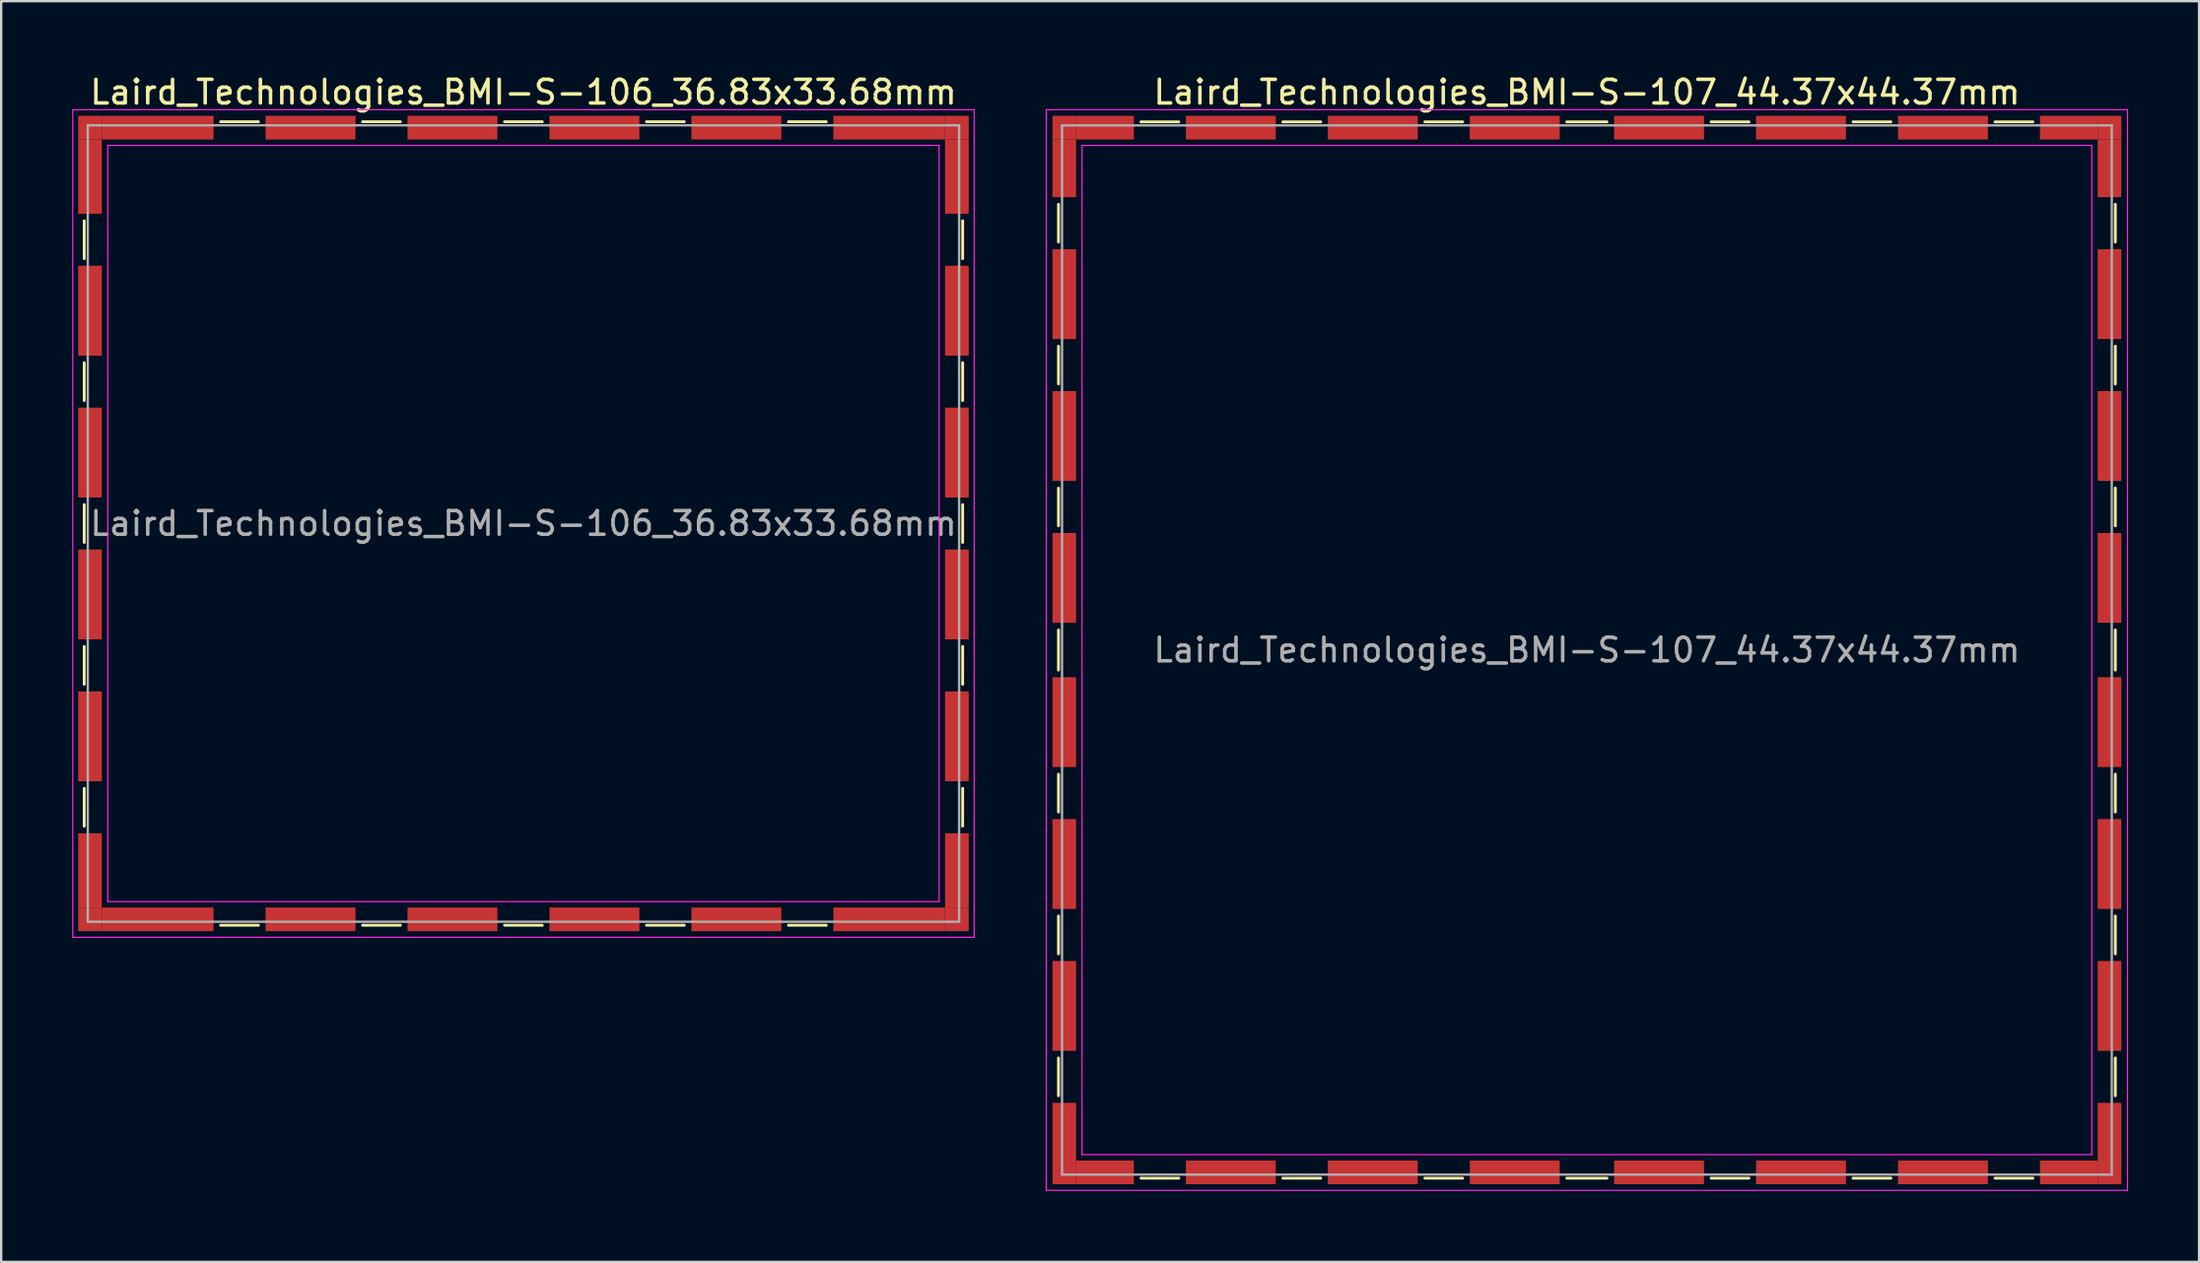
<source format=kicad_pcb>
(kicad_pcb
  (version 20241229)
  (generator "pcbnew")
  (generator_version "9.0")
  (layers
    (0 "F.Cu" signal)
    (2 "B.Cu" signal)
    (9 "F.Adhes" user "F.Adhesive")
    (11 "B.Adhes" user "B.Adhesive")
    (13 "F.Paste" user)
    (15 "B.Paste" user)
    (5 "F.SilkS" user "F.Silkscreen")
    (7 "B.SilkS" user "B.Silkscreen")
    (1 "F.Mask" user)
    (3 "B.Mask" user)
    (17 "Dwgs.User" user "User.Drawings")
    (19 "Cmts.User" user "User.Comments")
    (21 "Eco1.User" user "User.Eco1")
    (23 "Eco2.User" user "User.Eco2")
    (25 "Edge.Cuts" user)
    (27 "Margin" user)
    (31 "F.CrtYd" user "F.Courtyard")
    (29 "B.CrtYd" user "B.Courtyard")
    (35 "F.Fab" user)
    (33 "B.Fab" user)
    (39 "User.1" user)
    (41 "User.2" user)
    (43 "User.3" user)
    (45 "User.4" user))
  (footprint "Laird_Technologies_BMI-S-107_44.37x44.37mm"
    (layer "F.Cu")
    (at 64.025 24.438)
    (property "Reference" "Laird_Technologies_BMI-S-107_44.37x44.37mm" (at 0 -23.59 0) (layer "F.SilkS") (effects (font (size 1 1) (thickness 0.15))))
    (attr smd)
    (fp_line (start -22.335 -18.85) (end -22.335 -17.25) (stroke (width 0.12) (type solid)) (layer "F.SilkS"))
    (fp_line (start -22.335 -12.85) (end -22.335 -11.25) (stroke (width 0.12) (type solid)) (layer "F.SilkS"))
    (fp_line (start -22.335 -6.85) (end -22.335 -5.25) (stroke (width 0.12) (type solid)) (layer "F.SilkS"))
    (fp_line (start -22.335 -0.85) (end -22.335 0.85) (stroke (width 0.12) (type solid)) (layer "F.SilkS"))
    (fp_line (start -22.335 5.25) (end -22.335 6.85) (stroke (width 0.12) (type solid)) (layer "F.SilkS"))
    (fp_line (start -22.335 11.25) (end -22.335 12.85) (stroke (width 0.12) (type solid)) (layer "F.SilkS"))
    (fp_line (start -22.335 17.25) (end -22.335 18.85) (stroke (width 0.12) (type solid)) (layer "F.SilkS"))
    (fp_line (start -18.85 -22.335) (end -17.25 -22.335) (stroke (width 0.12) (type solid)) (layer "F.SilkS"))
    (fp_line (start -18.85 22.335) (end -17.25 22.335) (stroke (width 0.12) (type solid)) (layer "F.SilkS"))
    (fp_line (start -12.85 -22.335) (end -11.25 -22.335) (stroke (width 0.12) (type solid)) (layer "F.SilkS"))
    (fp_line (start -12.85 22.335) (end -11.25 22.335) (stroke (width 0.12) (type solid)) (layer "F.SilkS"))
    (fp_line (start -6.85 -22.335) (end -5.25 -22.335) (stroke (width 0.12) (type solid)) (layer "F.SilkS"))
    (fp_line (start -6.85 22.335) (end -5.25 22.335) (stroke (width 0.12) (type solid)) (layer "F.SilkS"))
    (fp_line (start -0.85 -22.335) (end 0.85 -22.335) (stroke (width 0.12) (type solid)) (layer "F.SilkS"))
    (fp_line (start -0.85 22.335) (end 0.85 22.335) (stroke (width 0.12) (type solid)) (layer "F.SilkS"))
    (fp_line (start 5.25 -22.335) (end 6.85 -22.335) (stroke (width 0.12) (type solid)) (layer "F.SilkS"))
    (fp_line (start 5.25 22.335) (end 6.85 22.335) (stroke (width 0.12) (type solid)) (layer "F.SilkS"))
    (fp_line (start 11.25 -22.335) (end 12.85 -22.335) (stroke (width 0.12) (type solid)) (layer "F.SilkS"))
    (fp_line (start 11.25 22.335) (end 12.85 22.335) (stroke (width 0.12) (type solid)) (layer "F.SilkS"))
    (fp_line (start 17.25 -22.335) (end 18.85 -22.335) (stroke (width 0.12) (type solid)) (layer "F.SilkS"))
    (fp_line (start 17.25 22.335) (end 18.85 22.335) (stroke (width 0.12) (type solid)) (layer "F.SilkS"))
    (fp_line (start 22.335 -18.85) (end 22.335 -17.25) (stroke (width 0.12) (type solid)) (layer "F.SilkS"))
    (fp_line (start 22.335 -12.85) (end 22.335 -11.25) (stroke (width 0.12) (type solid)) (layer "F.SilkS"))
    (fp_line (start 22.335 -6.85) (end 22.335 -5.25) (stroke (width 0.12) (type solid)) (layer "F.SilkS"))
    (fp_line (start 22.335 -0.85) (end 22.335 0.85) (stroke (width 0.12) (type solid)) (layer "F.SilkS"))
    (fp_line (start 22.335 5.25) (end 22.335 6.85) (stroke (width 0.12) (type solid)) (layer "F.SilkS"))
    (fp_line (start 22.335 11.25) (end 22.335 12.85) (stroke (width 0.12) (type solid)) (layer "F.SilkS"))
    (fp_line (start 22.335 17.25) (end 22.335 18.85) (stroke (width 0.12) (type solid)) (layer "F.SilkS"))
    (fp_line (start -22.85 -22.85) (end -22.85 22.85) (stroke (width 0.05) (type solid)) (layer "F.CrtYd"))
    (fp_line (start -22.85 22.85) (end 22.85 22.85) (stroke (width 0.05) (type solid)) (layer "F.CrtYd"))
    (fp_line (start -21.34 -21.34) (end -21.34 21.34) (stroke (width 0.05) (type solid)) (layer "F.CrtYd"))
    (fp_line (start 21.34 -21.34) (end -21.34 -21.34) (stroke (width 0.05) (type solid)) (layer "F.CrtYd"))
    (fp_line (start 21.34 -21.34) (end 21.34 21.34) (stroke (width 0.05) (type solid)) (layer "F.CrtYd"))
    (fp_line (start 21.34 21.34) (end -21.34 21.34) (stroke (width 0.05) (type solid)) (layer "F.CrtYd"))
    (fp_line (start 22.85 -22.85) (end -22.85 -22.85) (stroke (width 0.05) (type solid)) (layer "F.CrtYd"))
    (fp_line (start 22.85 22.85) (end 22.85 -22.85) (stroke (width 0.05) (type solid)) (layer "F.CrtYd"))
    (fp_line (start -22.185 -22.185) (end -22.185 22.185) (stroke (width 0.1) (type solid)) (layer "F.Fab"))
    (fp_line (start -22.185 22.185) (end 22.185 22.185) (stroke (width 0.1) (type solid)) (layer "F.Fab"))
    (fp_line (start 22.185 -22.185) (end -22.185 -22.185) (stroke (width 0.1) (type solid)) (layer "F.Fab"))
    (fp_line (start 22.185 22.185) (end 22.185 -22.185) (stroke (width 0.1) (type solid)) (layer "F.Fab"))
    (fp_text user "${REFERENCE}" (at 0 0 0) (layer "F.Fab") (effects (font (size 1 1) (thickness 0.15))))
    (pad "1" smd rect (at -22.09 -22.09) (size 1 1) (layers "F.Cu" "F.Mask" "F.Paste"))
    (pad "1" smd rect (at -22.09 -20.37) (size 1 2.44) (layers "F.Cu" "F.Mask" "F.Paste"))
    (pad "1" smd rect (at -22.09 -15.05) (size 1 3.8) (layers "F.Cu" "F.Mask" "F.Paste"))
    (pad "1" smd rect (at -22.09 -9.05) (size 1 3.8) (layers "F.Cu" "F.Mask" "F.Paste"))
    (pad "1" smd rect (at -22.09 -3.05) (size 1 3.8) (layers "F.Cu" "F.Mask" "F.Paste"))
    (pad "1" smd rect (at -22.09 3.05) (size 1 3.8) (layers "F.Cu" "F.Mask" "F.Paste"))
    (pad "1" smd rect (at -22.09 9.05) (size 1 3.8) (layers "F.Cu" "F.Mask" "F.Paste"))
    (pad "1" smd rect (at -22.09 15.05) (size 1 3.8) (layers "F.Cu" "F.Mask" "F.Paste"))
    (pad "1" smd rect (at -22.09 20.37) (size 1 2.44) (layers "F.Cu" "F.Mask" "F.Paste"))
    (pad "1" smd rect (at -22.09 22.09) (size 1 1) (layers "F.Cu" "F.Mask" "F.Paste"))
    (pad "1" smd rect (at -20.37 -22.09) (size 2.44 1) (layers "F.Cu" "F.Mask" "F.Paste"))
    (pad "1" smd rect (at -20.37 22.09) (size 2.44 1) (layers "F.Cu" "F.Mask" "F.Paste"))
    (pad "1" smd rect (at -15.05 -22.09) (size 3.8 1) (layers "F.Cu" "F.Mask" "F.Paste"))
    (pad "1" smd rect (at -15.05 22.09) (size 3.8 1) (layers "F.Cu" "F.Mask" "F.Paste"))
    (pad "1" smd rect (at -9.05 -22.09) (size 3.8 1) (layers "F.Cu" "F.Mask" "F.Paste"))
    (pad "1" smd rect (at -9.05 22.09) (size 3.8 1) (layers "F.Cu" "F.Mask" "F.Paste"))
    (pad "1" smd rect (at -3.05 -22.09) (size 3.8 1) (layers "F.Cu" "F.Mask" "F.Paste"))
    (pad "1" smd rect (at -3.05 22.09) (size 3.8 1) (layers "F.Cu" "F.Mask" "F.Paste"))
    (pad "1" smd rect (at 3.05 -22.09) (size 3.8 1) (layers "F.Cu" "F.Mask" "F.Paste"))
    (pad "1" smd rect (at 3.05 22.09) (size 3.8 1) (layers "F.Cu" "F.Mask" "F.Paste"))
    (pad "1" smd rect (at 9.05 -22.09) (size 3.8 1) (layers "F.Cu" "F.Mask" "F.Paste"))
    (pad "1" smd rect (at 9.05 22.09) (size 3.8 1) (layers "F.Cu" "F.Mask" "F.Paste"))
    (pad "1" smd rect (at 15.05 -22.09) (size 3.8 1) (layers "F.Cu" "F.Mask" "F.Paste"))
    (pad "1" smd rect (at 15.05 22.09) (size 3.8 1) (layers "F.Cu" "F.Mask" "F.Paste"))
    (pad "1" smd rect (at 20.37 -22.09) (size 2.44 1) (layers "F.Cu" "F.Mask" "F.Paste"))
    (pad "1" smd rect (at 20.37 22.09) (size 2.44 1) (layers "F.Cu" "F.Mask" "F.Paste"))
    (pad "1" smd rect (at 22.09 -22.09) (size 1 1) (layers "F.Cu" "F.Mask" "F.Paste"))
    (pad "1" smd rect (at 22.09 -20.37) (size 1 2.44) (layers "F.Cu" "F.Mask" "F.Paste"))
    (pad "1" smd rect (at 22.09 -15.05) (size 1 3.8) (layers "F.Cu" "F.Mask" "F.Paste"))
    (pad "1" smd rect (at 22.09 -9.05) (size 1 3.8) (layers "F.Cu" "F.Mask" "F.Paste"))
    (pad "1" smd rect (at 22.09 -3.05) (size 1 3.8) (layers "F.Cu" "F.Mask" "F.Paste"))
    (pad "1" smd rect (at 22.09 3.05) (size 1 3.8) (layers "F.Cu" "F.Mask" "F.Paste"))
    (pad "1" smd rect (at 22.09 9.05) (size 1 3.8) (layers "F.Cu" "F.Mask" "F.Paste"))
    (pad "1" smd rect (at 22.09 15.05) (size 1 3.8) (layers "F.Cu" "F.Mask" "F.Paste"))
    (pad "1" smd rect (at 22.09 20.37) (size 1 2.44) (layers "F.Cu" "F.Mask" "F.Paste"))
    (pad "1" smd rect (at 22.09 22.09) (size 1 1) (layers "F.Cu" "F.Mask" "F.Paste")))
  (footprint "Laird_Technologies_BMI-S-106_36.83x33.68mm"
    (layer "F.Cu")
    (at 19.075 19.088)
    (property "Reference" "Laird_Technologies_BMI-S-106_36.83x33.68mm" (at 0 -18.24 0) (layer "F.SilkS") (effects (font (size 1 1) (thickness 0.15))))
    (attr smd)
    (fp_line (start -18.565 -12.8) (end -18.565 -11.2) (stroke (width 0.12) (type solid)) (layer "F.SilkS"))
    (fp_line (start -18.565 -6.8) (end -18.565 -5.2) (stroke (width 0.12) (type solid)) (layer "F.SilkS"))
    (fp_line (start -18.565 -0.8) (end -18.565 0.8) (stroke (width 0.12) (type solid)) (layer "F.SilkS"))
    (fp_line (start -18.565 5.2) (end -18.565 6.8) (stroke (width 0.12) (type solid)) (layer "F.SilkS"))
    (fp_line (start -18.565 11.2) (end -18.565 12.8) (stroke (width 0.12) (type solid)) (layer "F.SilkS"))
    (fp_line (start -12.8 -16.99) (end -11.2 -16.99) (stroke (width 0.12) (type solid)) (layer "F.SilkS"))
    (fp_line (start -12.8 16.99) (end -11.2 16.99) (stroke (width 0.12) (type solid)) (layer "F.SilkS"))
    (fp_line (start -6.8 -16.99) (end -5.2 -16.99) (stroke (width 0.12) (type solid)) (layer "F.SilkS"))
    (fp_line (start -6.8 16.99) (end -5.2 16.99) (stroke (width 0.12) (type solid)) (layer "F.SilkS"))
    (fp_line (start -0.8 -16.99) (end 0.8 -16.99) (stroke (width 0.12) (type solid)) (layer "F.SilkS"))
    (fp_line (start -0.8 16.99) (end 0.8 16.99) (stroke (width 0.12) (type solid)) (layer "F.SilkS"))
    (fp_line (start 5.2 -16.99) (end 6.8 -16.99) (stroke (width 0.12) (type solid)) (layer "F.SilkS"))
    (fp_line (start 5.2 16.99) (end 6.8 16.99) (stroke (width 0.12) (type solid)) (layer "F.SilkS"))
    (fp_line (start 11.2 -16.99) (end 12.8 -16.99) (stroke (width 0.12) (type solid)) (layer "F.SilkS"))
    (fp_line (start 11.2 16.99) (end 12.8 16.99) (stroke (width 0.12) (type solid)) (layer "F.SilkS"))
    (fp_line (start 18.565 -12.8) (end 18.565 -11.2) (stroke (width 0.12) (type solid)) (layer "F.SilkS"))
    (fp_line (start 18.565 -6.8) (end 18.565 -5.2) (stroke (width 0.12) (type solid)) (layer "F.SilkS"))
    (fp_line (start 18.565 -0.8) (end 18.565 0.8) (stroke (width 0.12) (type solid)) (layer "F.SilkS"))
    (fp_line (start 18.565 5.2) (end 18.565 6.8) (stroke (width 0.12) (type solid)) (layer "F.SilkS"))
    (fp_line (start 18.565 11.2) (end 18.565 12.8) (stroke (width 0.12) (type solid)) (layer "F.SilkS"))
    (fp_line (start -19.05 -17.5) (end -19.05 17.5) (stroke (width 0.05) (type solid)) (layer "F.CrtYd"))
    (fp_line (start -19.05 17.5) (end 19.05 17.5) (stroke (width 0.05) (type solid)) (layer "F.CrtYd"))
    (fp_line (start -17.57 -15.99) (end -17.57 15.99) (stroke (width 0.05) (type solid)) (layer "F.CrtYd"))
    (fp_line (start 17.57 -15.99) (end -17.57 -15.99) (stroke (width 0.05) (type solid)) (layer "F.CrtYd"))
    (fp_line (start 17.57 -15.99) (end 17.57 15.99) (stroke (width 0.05) (type solid)) (layer "F.CrtYd"))
    (fp_line (start 17.57 15.99) (end -17.57 15.99) (stroke (width 0.05) (type solid)) (layer "F.CrtYd"))
    (fp_line (start 19.05 -17.5) (end -19.05 -17.5) (stroke (width 0.05) (type solid)) (layer "F.CrtYd"))
    (fp_line (start 19.05 17.5) (end 19.05 -17.5) (stroke (width 0.05) (type solid)) (layer "F.CrtYd"))
    (fp_line (start -18.415 -16.84) (end -18.415 16.84) (stroke (width 0.1) (type solid)) (layer "F.Fab"))
    (fp_line (start -18.415 16.84) (end 18.415 16.84) (stroke (width 0.1) (type solid)) (layer "F.Fab"))
    (fp_line (start 18.415 -16.84) (end -18.415 -16.84) (stroke (width 0.1) (type solid)) (layer "F.Fab"))
    (fp_line (start 18.415 16.84) (end 18.415 -16.84) (stroke (width 0.1) (type solid)) (layer "F.Fab"))
    (fp_text user "${REFERENCE}" (at 0 0 0) (layer "F.Fab") (effects (font (size 1 1) (thickness 0.15))))
    (pad "1" smd rect (at -18.32 -16.74) (size 1 1) (layers "F.Cu" "F.Mask" "F.Paste"))
    (pad "1" smd rect (at -18.32 -14.67) (size 1 3.14) (layers "F.Cu" "F.Mask" "F.Paste"))
    (pad "1" smd rect (at -18.32 -9) (size 1 3.8) (layers "F.Cu" "F.Mask" "F.Paste"))
    (pad "1" smd rect (at -18.32 -3) (size 1 3.8) (layers "F.Cu" "F.Mask" "F.Paste"))
    (pad "1" smd rect (at -18.32 3) (size 1 3.8) (layers "F.Cu" "F.Mask" "F.Paste"))
    (pad "1" smd rect (at -18.32 9) (size 1 3.8) (layers "F.Cu" "F.Mask" "F.Paste"))
    (pad "1" smd rect (at -18.32 14.67) (size 1 3.14) (layers "F.Cu" "F.Mask" "F.Paste"))
    (pad "1" smd rect (at -18.32 16.74) (size 1 1) (layers "F.Cu" "F.Mask" "F.Paste"))
    (pad "1" smd rect (at -15.46 -16.74) (size 4.72 1) (layers "F.Cu" "F.Mask" "F.Paste"))
    (pad "1" smd rect (at -15.46 16.74) (size 4.72 1) (layers "F.Cu" "F.Mask" "F.Paste"))
    (pad "1" smd rect (at -9 -16.74) (size 3.8 1) (layers "F.Cu" "F.Mask" "F.Paste"))
    (pad "1" smd rect (at -9 16.74) (size 3.8 1) (layers "F.Cu" "F.Mask" "F.Paste"))
    (pad "1" smd rect (at -3 -16.74) (size 3.8 1) (layers "F.Cu" "F.Mask" "F.Paste"))
    (pad "1" smd rect (at -3 16.74) (size 3.8 1) (layers "F.Cu" "F.Mask" "F.Paste"))
    (pad "1" smd rect (at 3 -16.74) (size 3.8 1) (layers "F.Cu" "F.Mask" "F.Paste"))
    (pad "1" smd rect (at 3 16.74) (size 3.8 1) (layers "F.Cu" "F.Mask" "F.Paste"))
    (pad "1" smd rect (at 9 -16.74) (size 3.8 1) (layers "F.Cu" "F.Mask" "F.Paste"))
    (pad "1" smd rect (at 9 16.74) (size 3.8 1) (layers "F.Cu" "F.Mask" "F.Paste"))
    (pad "1" smd rect (at 15.46 -16.74) (size 4.72 1) (layers "F.Cu" "F.Mask" "F.Paste"))
    (pad "1" smd rect (at 15.46 16.74) (size 4.72 1) (layers "F.Cu" "F.Mask" "F.Paste"))
    (pad "1" smd rect (at 18.32 -16.74) (size 1 1) (layers "F.Cu" "F.Mask" "F.Paste"))
    (pad "1" smd rect (at 18.32 -14.67) (size 1 3.14) (layers "F.Cu" "F.Mask" "F.Paste"))
    (pad "1" smd rect (at 18.32 -9) (size 1 3.8) (layers "F.Cu" "F.Mask" "F.Paste"))
    (pad "1" smd rect (at 18.32 -3) (size 1 3.8) (layers "F.Cu" "F.Mask" "F.Paste"))
    (pad "1" smd rect (at 18.32 3) (size 1 3.8) (layers "F.Cu" "F.Mask" "F.Paste"))
    (pad "1" smd rect (at 18.32 9) (size 1 3.8) (layers "F.Cu" "F.Mask" "F.Paste"))
    (pad "1" smd rect (at 18.32 14.67) (size 1 3.14) (layers "F.Cu" "F.Mask" "F.Paste"))
    (pad "1" smd rect (at 18.32 16.74) (size 1 1) (layers "F.Cu" "F.Mask" "F.Paste")))
  (gr_rect
    (start -3 -3)
    (end 89.9 50.313)
    (stroke (width 0.1) (type default))
    (fill no)
    (layer "Edge.Cuts")))
</source>
